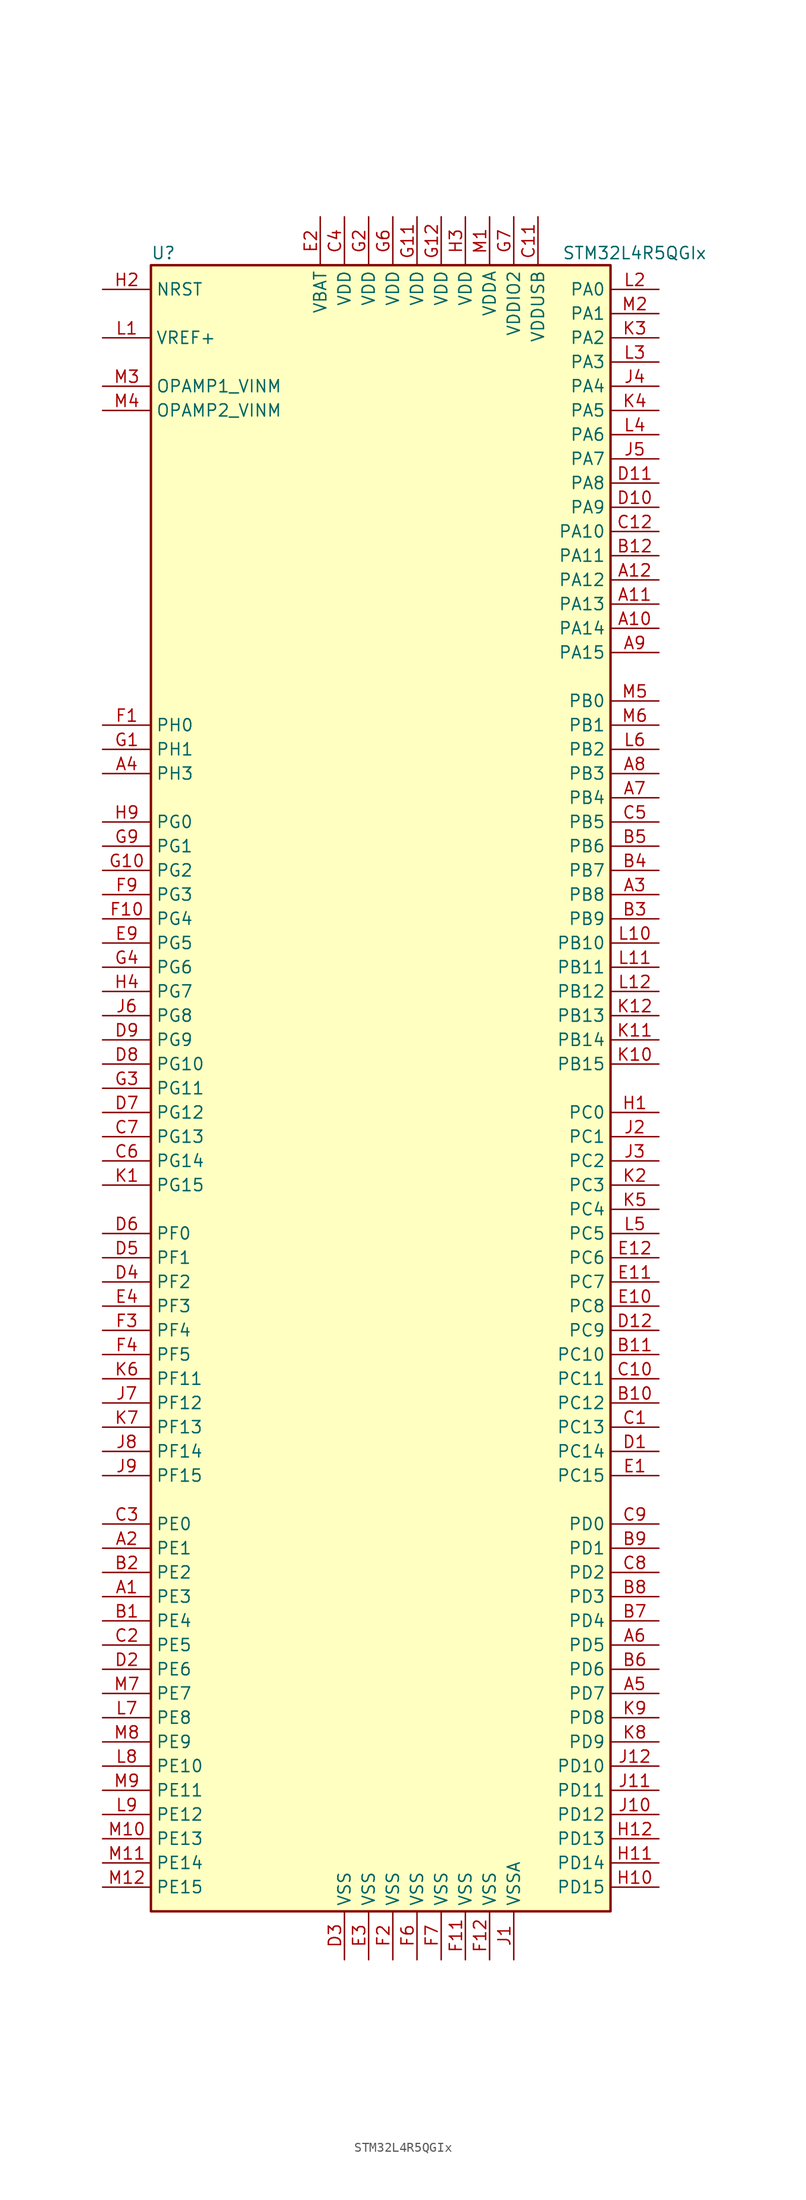
<source format=kicad_sym>
(kicad_symbol_lib
  (version 20201005)
  (generator kicad_symbol_editor)
  (symbol "STM32L4R5QGIx"
    (property "Reference" "U"
      (at -25.4 87.63 0)
      (effects (font (size 1.27 1.27)) (justify left)))
    (property "Value" "STM32L4R5QGIx"
      (at 17.78 87.63 0)
      (effects (font (size 1.27 1.27)) (justify left)))
    (symbol "STM32L4R5QGIx_0_1"
      (rectangle (start -25.4 -86.36) (end 22.86 86.36) (stroke (width 0.254)) (fill (type background))))
    (symbol "STM32L4R5QGIx_1_1"
      (pin bidirectional line (at -30.48 -53.34 0) (length 5.08) (name "PE3" (effects (font (size 1.27 1.27)))) (number "A1" (effects (font (size 1.27 1.27)))))
      (pin bidirectional line (at 27.94 48.26 180) (length 5.08) (name "PA14" (effects (font (size 1.27 1.27)))) (number "A10" (effects (font (size 1.27 1.27)))))
      (pin bidirectional line (at 27.94 50.8 180) (length 5.08) (name "PA13" (effects (font (size 1.27 1.27)))) (number "A11" (effects (font (size 1.27 1.27)))))
      (pin bidirectional line (at 27.94 53.34 180) (length 5.08) (name "PA12" (effects (font (size 1.27 1.27)))) (number "A12" (effects (font (size 1.27 1.27)))))
      (pin bidirectional line (at -30.48 -48.26 0) (length 5.08) (name "PE1" (effects (font (size 1.27 1.27)))) (number "A2" (effects (font (size 1.27 1.27)))))
      (pin bidirectional line (at 27.94 20.32 180) (length 5.08) (name "PB8" (effects (font (size 1.27 1.27)))) (number "A3" (effects (font (size 1.27 1.27)))))
      (pin bidirectional line (at -30.48 33.02 0) (length 5.08) (name "PH3" (effects (font (size 1.27 1.27)))) (number "A4" (effects (font (size 1.27 1.27)))))
      (pin bidirectional line (at 27.94 -63.5 180) (length 5.08) (name "PD7" (effects (font (size 1.27 1.27)))) (number "A5" (effects (font (size 1.27 1.27)))))
      (pin bidirectional line (at 27.94 -58.42 180) (length 5.08) (name "PD5" (effects (font (size 1.27 1.27)))) (number "A6" (effects (font (size 1.27 1.27)))))
      (pin bidirectional line (at 27.94 30.48 180) (length 5.08) (name "PB4" (effects (font (size 1.27 1.27)))) (number "A7" (effects (font (size 1.27 1.27)))))
      (pin bidirectional line (at 27.94 33.02 180) (length 5.08) (name "PB3" (effects (font (size 1.27 1.27)))) (number "A8" (effects (font (size 1.27 1.27)))))
      (pin bidirectional line (at 27.94 45.72 180) (length 5.08) (name "PA15" (effects (font (size 1.27 1.27)))) (number "A9" (effects (font (size 1.27 1.27)))))
      (pin bidirectional line (at -30.48 -55.88 0) (length 5.08) (name "PE4" (effects (font (size 1.27 1.27)))) (number "B1" (effects (font (size 1.27 1.27)))))
      (pin bidirectional line (at 27.94 -33.02 180) (length 5.08) (name "PC12" (effects (font (size 1.27 1.27)))) (number "B10" (effects (font (size 1.27 1.27)))))
      (pin bidirectional line (at 27.94 -27.94 180) (length 5.08) (name "PC10" (effects (font (size 1.27 1.27)))) (number "B11" (effects (font (size 1.27 1.27)))))
      (pin bidirectional line (at 27.94 55.88 180) (length 5.08) (name "PA11" (effects (font (size 1.27 1.27)))) (number "B12" (effects (font (size 1.27 1.27)))))
      (pin bidirectional line (at -30.48 -50.8 0) (length 5.08) (name "PE2" (effects (font (size 1.27 1.27)))) (number "B2" (effects (font (size 1.27 1.27)))))
      (pin bidirectional line (at 27.94 17.78 180) (length 5.08) (name "PB9" (effects (font (size 1.27 1.27)))) (number "B3" (effects (font (size 1.27 1.27)))))
      (pin bidirectional line (at 27.94 22.86 180) (length 5.08) (name "PB7" (effects (font (size 1.27 1.27)))) (number "B4" (effects (font (size 1.27 1.27)))))
      (pin bidirectional line (at 27.94 25.4 180) (length 5.08) (name "PB6" (effects (font (size 1.27 1.27)))) (number "B5" (effects (font (size 1.27 1.27)))))
      (pin bidirectional line (at 27.94 -60.96 180) (length 5.08) (name "PD6" (effects (font (size 1.27 1.27)))) (number "B6" (effects (font (size 1.27 1.27)))))
      (pin bidirectional line (at 27.94 -55.88 180) (length 5.08) (name "PD4" (effects (font (size 1.27 1.27)))) (number "B7" (effects (font (size 1.27 1.27)))))
      (pin bidirectional line (at 27.94 -53.34 180) (length 5.08) (name "PD3" (effects (font (size 1.27 1.27)))) (number "B8" (effects (font (size 1.27 1.27)))))
      (pin bidirectional line (at 27.94 -48.26 180) (length 5.08) (name "PD1" (effects (font (size 1.27 1.27)))) (number "B9" (effects (font (size 1.27 1.27)))))
      (pin bidirectional line (at 27.94 -35.56 180) (length 5.08) (name "PC13" (effects (font (size 1.27 1.27)))) (number "C1" (effects (font (size 1.27 1.27)))))
      (pin bidirectional line (at 27.94 -30.48 180) (length 5.08) (name "PC11" (effects (font (size 1.27 1.27)))) (number "C10" (effects (font (size 1.27 1.27)))))
      (pin power_in line (at 15.24 91.44 270) (length 5.08) (name "VDDUSB" (effects (font (size 1.27 1.27)))) (number "C11" (effects (font (size 1.27 1.27)))))
      (pin bidirectional line (at 27.94 58.42 180) (length 5.08) (name "PA10" (effects (font (size 1.27 1.27)))) (number "C12" (effects (font (size 1.27 1.27)))))
      (pin bidirectional line (at -30.48 -58.42 0) (length 5.08) (name "PE5" (effects (font (size 1.27 1.27)))) (number "C2" (effects (font (size 1.27 1.27)))))
      (pin bidirectional line (at -30.48 -45.72 0) (length 5.08) (name "PE0" (effects (font (size 1.27 1.27)))) (number "C3" (effects (font (size 1.27 1.27)))))
      (pin power_in line (at -5.08 91.44 270) (length 5.08) (name "VDD" (effects (font (size 1.27 1.27)))) (number "C4" (effects (font (size 1.27 1.27)))))
      (pin bidirectional line (at 27.94 27.94 180) (length 5.08) (name "PB5" (effects (font (size 1.27 1.27)))) (number "C5" (effects (font (size 1.27 1.27)))))
      (pin bidirectional line (at -30.48 -7.62 0) (length 5.08) (name "PG14" (effects (font (size 1.27 1.27)))) (number "C6" (effects (font (size 1.27 1.27)))))
      (pin bidirectional line (at -30.48 -5.08 0) (length 5.08) (name "PG13" (effects (font (size 1.27 1.27)))) (number "C7" (effects (font (size 1.27 1.27)))))
      (pin bidirectional line (at 27.94 -50.8 180) (length 5.08) (name "PD2" (effects (font (size 1.27 1.27)))) (number "C8" (effects (font (size 1.27 1.27)))))
      (pin bidirectional line (at 27.94 -45.72 180) (length 5.08) (name "PD0" (effects (font (size 1.27 1.27)))) (number "C9" (effects (font (size 1.27 1.27)))))
      (pin bidirectional line (at 27.94 -38.1 180) (length 5.08) (name "PC14" (effects (font (size 1.27 1.27)))) (number "D1" (effects (font (size 1.27 1.27)))))
      (pin bidirectional line (at 27.94 60.96 180) (length 5.08) (name "PA9" (effects (font (size 1.27 1.27)))) (number "D10" (effects (font (size 1.27 1.27)))))
      (pin bidirectional line (at 27.94 63.5 180) (length 5.08) (name "PA8" (effects (font (size 1.27 1.27)))) (number "D11" (effects (font (size 1.27 1.27)))))
      (pin bidirectional line (at 27.94 -25.4 180) (length 5.08) (name "PC9" (effects (font (size 1.27 1.27)))) (number "D12" (effects (font (size 1.27 1.27)))))
      (pin bidirectional line (at -30.48 -60.96 0) (length 5.08) (name "PE6" (effects (font (size 1.27 1.27)))) (number "D2" (effects (font (size 1.27 1.27)))))
      (pin power_in line (at -5.08 -91.44 90) (length 5.08) (name "VSS" (effects (font (size 1.27 1.27)))) (number "D3" (effects (font (size 1.27 1.27)))))
      (pin bidirectional line (at -30.48 -20.32 0) (length 5.08) (name "PF2" (effects (font (size 1.27 1.27)))) (number "D4" (effects (font (size 1.27 1.27)))))
      (pin bidirectional line (at -30.48 -17.78 0) (length 5.08) (name "PF1" (effects (font (size 1.27 1.27)))) (number "D5" (effects (font (size 1.27 1.27)))))
      (pin bidirectional line (at -30.48 -15.24 0) (length 5.08) (name "PF0" (effects (font (size 1.27 1.27)))) (number "D6" (effects (font (size 1.27 1.27)))))
      (pin bidirectional line (at -30.48 -2.54 0) (length 5.08) (name "PG12" (effects (font (size 1.27 1.27)))) (number "D7" (effects (font (size 1.27 1.27)))))
      (pin bidirectional line (at -30.48 2.54 0) (length 5.08) (name "PG10" (effects (font (size 1.27 1.27)))) (number "D8" (effects (font (size 1.27 1.27)))))
      (pin bidirectional line (at -30.48 5.08 0) (length 5.08) (name "PG9" (effects (font (size 1.27 1.27)))) (number "D9" (effects (font (size 1.27 1.27)))))
      (pin bidirectional line (at 27.94 -40.64 180) (length 5.08) (name "PC15" (effects (font (size 1.27 1.27)))) (number "E1" (effects (font (size 1.27 1.27)))))
      (pin bidirectional line (at 27.94 -22.86 180) (length 5.08) (name "PC8" (effects (font (size 1.27 1.27)))) (number "E10" (effects (font (size 1.27 1.27)))))
      (pin bidirectional line (at 27.94 -20.32 180) (length 5.08) (name "PC7" (effects (font (size 1.27 1.27)))) (number "E11" (effects (font (size 1.27 1.27)))))
      (pin bidirectional line (at 27.94 -17.78 180) (length 5.08) (name "PC6" (effects (font (size 1.27 1.27)))) (number "E12" (effects (font (size 1.27 1.27)))))
      (pin power_in line (at -7.62 91.44 270) (length 5.08) (name "VBAT" (effects (font (size 1.27 1.27)))) (number "E2" (effects (font (size 1.27 1.27)))))
      (pin power_in line (at -2.54 -91.44 90) (length 5.08) (name "VSS" (effects (font (size 1.27 1.27)))) (number "E3" (effects (font (size 1.27 1.27)))))
      (pin bidirectional line (at -30.48 -22.86 0) (length 5.08) (name "PF3" (effects (font (size 1.27 1.27)))) (number "E4" (effects (font (size 1.27 1.27)))))
      (pin bidirectional line (at -30.48 15.24 0) (length 5.08) (name "PG5" (effects (font (size 1.27 1.27)))) (number "E9" (effects (font (size 1.27 1.27)))))
      (pin input line (at -30.48 38.1 0) (length 5.08) (name "PH0" (effects (font (size 1.27 1.27)))) (number "F1" (effects (font (size 1.27 1.27)))))
      (pin bidirectional line (at -30.48 17.78 0) (length 5.08) (name "PG4" (effects (font (size 1.27 1.27)))) (number "F10" (effects (font (size 1.27 1.27)))))
      (pin power_in line (at 7.62 -91.44 90) (length 5.08) (name "VSS" (effects (font (size 1.27 1.27)))) (number "F11" (effects (font (size 1.27 1.27)))))
      (pin power_in line (at 10.16 -91.44 90) (length 5.08) (name "VSS" (effects (font (size 1.27 1.27)))) (number "F12" (effects (font (size 1.27 1.27)))))
      (pin power_in line (at 0 -91.44 90) (length 5.08) (name "VSS" (effects (font (size 1.27 1.27)))) (number "F2" (effects (font (size 1.27 1.27)))))
      (pin bidirectional line (at -30.48 -25.4 0) (length 5.08) (name "PF4" (effects (font (size 1.27 1.27)))) (number "F3" (effects (font (size 1.27 1.27)))))
      (pin bidirectional line (at -30.48 -27.94 0) (length 5.08) (name "PF5" (effects (font (size 1.27 1.27)))) (number "F4" (effects (font (size 1.27 1.27)))))
      (pin power_in line (at 2.54 -91.44 90) (length 5.08) (name "VSS" (effects (font (size 1.27 1.27)))) (number "F6" (effects (font (size 1.27 1.27)))))
      (pin power_in line (at 5.08 -91.44 90) (length 5.08) (name "VSS" (effects (font (size 1.27 1.27)))) (number "F7" (effects (font (size 1.27 1.27)))))
      (pin bidirectional line (at -30.48 20.32 0) (length 5.08) (name "PG3" (effects (font (size 1.27 1.27)))) (number "F9" (effects (font (size 1.27 1.27)))))
      (pin input line (at -30.48 35.56 0) (length 5.08) (name "PH1" (effects (font (size 1.27 1.27)))) (number "G1" (effects (font (size 1.27 1.27)))))
      (pin bidirectional line (at -30.48 22.86 0) (length 5.08) (name "PG2" (effects (font (size 1.27 1.27)))) (number "G10" (effects (font (size 1.27 1.27)))))
      (pin power_in line (at 2.54 91.44 270) (length 5.08) (name "VDD" (effects (font (size 1.27 1.27)))) (number "G11" (effects (font (size 1.27 1.27)))))
      (pin power_in line (at 5.08 91.44 270) (length 5.08) (name "VDD" (effects (font (size 1.27 1.27)))) (number "G12" (effects (font (size 1.27 1.27)))))
      (pin power_in line (at -2.54 91.44 270) (length 5.08) (name "VDD" (effects (font (size 1.27 1.27)))) (number "G2" (effects (font (size 1.27 1.27)))))
      (pin bidirectional line (at -30.48 0 0) (length 5.08) (name "PG11" (effects (font (size 1.27 1.27)))) (number "G3" (effects (font (size 1.27 1.27)))))
      (pin bidirectional line (at -30.48 12.7 0) (length 5.08) (name "PG6" (effects (font (size 1.27 1.27)))) (number "G4" (effects (font (size 1.27 1.27)))))
      (pin power_in line (at 0 91.44 270) (length 5.08) (name "VDD" (effects (font (size 1.27 1.27)))) (number "G6" (effects (font (size 1.27 1.27)))))
      (pin power_in line (at 12.7 91.44 270) (length 5.08) (name "VDDIO2" (effects (font (size 1.27 1.27)))) (number "G7" (effects (font (size 1.27 1.27)))))
      (pin bidirectional line (at -30.48 25.4 0) (length 5.08) (name "PG1" (effects (font (size 1.27 1.27)))) (number "G9" (effects (font (size 1.27 1.27)))))
      (pin bidirectional line (at 27.94 -2.54 180) (length 5.08) (name "PC0" (effects (font (size 1.27 1.27)))) (number "H1" (effects (font (size 1.27 1.27)))))
      (pin bidirectional line (at 27.94 -83.82 180) (length 5.08) (name "PD15" (effects (font (size 1.27 1.27)))) (number "H10" (effects (font (size 1.27 1.27)))))
      (pin bidirectional line (at 27.94 -81.28 180) (length 5.08) (name "PD14" (effects (font (size 1.27 1.27)))) (number "H11" (effects (font (size 1.27 1.27)))))
      (pin bidirectional line (at 27.94 -78.74 180) (length 5.08) (name "PD13" (effects (font (size 1.27 1.27)))) (number "H12" (effects (font (size 1.27 1.27)))))
      (pin input line (at -30.48 83.82 0) (length 5.08) (name "NRST" (effects (font (size 1.27 1.27)))) (number "H2" (effects (font (size 1.27 1.27)))))
      (pin power_in line (at 7.62 91.44 270) (length 5.08) (name "VDD" (effects (font (size 1.27 1.27)))) (number "H3" (effects (font (size 1.27 1.27)))))
      (pin bidirectional line (at -30.48 10.16 0) (length 5.08) (name "PG7" (effects (font (size 1.27 1.27)))) (number "H4" (effects (font (size 1.27 1.27)))))
      (pin bidirectional line (at -30.48 27.94 0) (length 5.08) (name "PG0" (effects (font (size 1.27 1.27)))) (number "H9" (effects (font (size 1.27 1.27)))))
      (pin power_in line (at 12.7 -91.44 90) (length 5.08) (name "VSSA" (effects (font (size 1.27 1.27)))) (number "J1" (effects (font (size 1.27 1.27)))))
      (pin bidirectional line (at 27.94 -76.2 180) (length 5.08) (name "PD12" (effects (font (size 1.27 1.27)))) (number "J10" (effects (font (size 1.27 1.27)))))
      (pin bidirectional line (at 27.94 -73.66 180) (length 5.08) (name "PD11" (effects (font (size 1.27 1.27)))) (number "J11" (effects (font (size 1.27 1.27)))))
      (pin bidirectional line (at 27.94 -71.12 180) (length 5.08) (name "PD10" (effects (font (size 1.27 1.27)))) (number "J12" (effects (font (size 1.27 1.27)))))
      (pin bidirectional line (at 27.94 -5.08 180) (length 5.08) (name "PC1" (effects (font (size 1.27 1.27)))) (number "J2" (effects (font (size 1.27 1.27)))))
      (pin bidirectional line (at 27.94 -7.62 180) (length 5.08) (name "PC2" (effects (font (size 1.27 1.27)))) (number "J3" (effects (font (size 1.27 1.27)))))
      (pin bidirectional line (at 27.94 73.66 180) (length 5.08) (name "PA4" (effects (font (size 1.27 1.27)))) (number "J4" (effects (font (size 1.27 1.27)))))
      (pin bidirectional line (at 27.94 66.04 180) (length 5.08) (name "PA7" (effects (font (size 1.27 1.27)))) (number "J5" (effects (font (size 1.27 1.27)))))
      (pin bidirectional line (at -30.48 7.62 0) (length 5.08) (name "PG8" (effects (font (size 1.27 1.27)))) (number "J6" (effects (font (size 1.27 1.27)))))
      (pin bidirectional line (at -30.48 -33.02 0) (length 5.08) (name "PF12" (effects (font (size 1.27 1.27)))) (number "J7" (effects (font (size 1.27 1.27)))))
      (pin bidirectional line (at -30.48 -38.1 0) (length 5.08) (name "PF14" (effects (font (size 1.27 1.27)))) (number "J8" (effects (font (size 1.27 1.27)))))
      (pin bidirectional line (at -30.48 -40.64 0) (length 5.08) (name "PF15" (effects (font (size 1.27 1.27)))) (number "J9" (effects (font (size 1.27 1.27)))))
      (pin bidirectional line (at -30.48 -10.16 0) (length 5.08) (name "PG15" (effects (font (size 1.27 1.27)))) (number "K1" (effects (font (size 1.27 1.27)))))
      (pin bidirectional line (at 27.94 2.54 180) (length 5.08) (name "PB15" (effects (font (size 1.27 1.27)))) (number "K10" (effects (font (size 1.27 1.27)))))
      (pin bidirectional line (at 27.94 5.08 180) (length 5.08) (name "PB14" (effects (font (size 1.27 1.27)))) (number "K11" (effects (font (size 1.27 1.27)))))
      (pin bidirectional line (at 27.94 7.62 180) (length 5.08) (name "PB13" (effects (font (size 1.27 1.27)))) (number "K12" (effects (font (size 1.27 1.27)))))
      (pin bidirectional line (at 27.94 -10.16 180) (length 5.08) (name "PC3" (effects (font (size 1.27 1.27)))) (number "K2" (effects (font (size 1.27 1.27)))))
      (pin bidirectional line (at 27.94 78.74 180) (length 5.08) (name "PA2" (effects (font (size 1.27 1.27)))) (number "K3" (effects (font (size 1.27 1.27)))))
      (pin bidirectional line (at 27.94 71.12 180) (length 5.08) (name "PA5" (effects (font (size 1.27 1.27)))) (number "K4" (effects (font (size 1.27 1.27)))))
      (pin bidirectional line (at 27.94 -12.7 180) (length 5.08) (name "PC4" (effects (font (size 1.27 1.27)))) (number "K5" (effects (font (size 1.27 1.27)))))
      (pin bidirectional line (at -30.48 -30.48 0) (length 5.08) (name "PF11" (effects (font (size 1.27 1.27)))) (number "K6" (effects (font (size 1.27 1.27)))))
      (pin bidirectional line (at -30.48 -35.56 0) (length 5.08) (name "PF13" (effects (font (size 1.27 1.27)))) (number "K7" (effects (font (size 1.27 1.27)))))
      (pin bidirectional line (at 27.94 -68.58 180) (length 5.08) (name "PD9" (effects (font (size 1.27 1.27)))) (number "K8" (effects (font (size 1.27 1.27)))))
      (pin bidirectional line (at 27.94 -66.04 180) (length 5.08) (name "PD8" (effects (font (size 1.27 1.27)))) (number "K9" (effects (font (size 1.27 1.27)))))
      (pin bidirectional line (at -30.48 78.74 0) (length 5.08) (name "VREF+" (effects (font (size 1.27 1.27)))) (number "L1" (effects (font (size 1.27 1.27)))))
      (pin bidirectional line (at 27.94 15.24 180) (length 5.08) (name "PB10" (effects (font (size 1.27 1.27)))) (number "L10" (effects (font (size 1.27 1.27)))))
      (pin bidirectional line (at 27.94 12.7 180) (length 5.08) (name "PB11" (effects (font (size 1.27 1.27)))) (number "L11" (effects (font (size 1.27 1.27)))))
      (pin bidirectional line (at 27.94 10.16 180) (length 5.08) (name "PB12" (effects (font (size 1.27 1.27)))) (number "L12" (effects (font (size 1.27 1.27)))))
      (pin bidirectional line (at 27.94 83.82 180) (length 5.08) (name "PA0" (effects (font (size 1.27 1.27)))) (number "L2" (effects (font (size 1.27 1.27)))))
      (pin bidirectional line (at 27.94 76.2 180) (length 5.08) (name "PA3" (effects (font (size 1.27 1.27)))) (number "L3" (effects (font (size 1.27 1.27)))))
      (pin bidirectional line (at 27.94 68.58 180) (length 5.08) (name "PA6" (effects (font (size 1.27 1.27)))) (number "L4" (effects (font (size 1.27 1.27)))))
      (pin bidirectional line (at 27.94 -15.24 180) (length 5.08) (name "PC5" (effects (font (size 1.27 1.27)))) (number "L5" (effects (font (size 1.27 1.27)))))
      (pin bidirectional line (at 27.94 35.56 180) (length 5.08) (name "PB2" (effects (font (size 1.27 1.27)))) (number "L6" (effects (font (size 1.27 1.27)))))
      (pin bidirectional line (at -30.48 -66.04 0) (length 5.08) (name "PE8" (effects (font (size 1.27 1.27)))) (number "L7" (effects (font (size 1.27 1.27)))))
      (pin bidirectional line (at -30.48 -71.12 0) (length 5.08) (name "PE10" (effects (font (size 1.27 1.27)))) (number "L8" (effects (font (size 1.27 1.27)))))
      (pin bidirectional line (at -30.48 -76.2 0) (length 5.08) (name "PE12" (effects (font (size 1.27 1.27)))) (number "L9" (effects (font (size 1.27 1.27)))))
      (pin power_in line (at 10.16 91.44 270) (length 5.08) (name "VDDA" (effects (font (size 1.27 1.27)))) (number "M1" (effects (font (size 1.27 1.27)))))
      (pin bidirectional line (at -30.48 -78.74 0) (length 5.08) (name "PE13" (effects (font (size 1.27 1.27)))) (number "M10" (effects (font (size 1.27 1.27)))))
      (pin bidirectional line (at -30.48 -81.28 0) (length 5.08) (name "PE14" (effects (font (size 1.27 1.27)))) (number "M11" (effects (font (size 1.27 1.27)))))
      (pin bidirectional line (at -30.48 -83.82 0) (length 5.08) (name "PE15" (effects (font (size 1.27 1.27)))) (number "M12" (effects (font (size 1.27 1.27)))))
      (pin bidirectional line (at 27.94 81.28 180) (length 5.08) (name "PA1" (effects (font (size 1.27 1.27)))) (number "M2" (effects (font (size 1.27 1.27)))))
      (pin bidirectional line (at -30.48 73.66 0) (length 5.08) (name "OPAMP1_VINM" (effects (font (size 1.27 1.27)))) (number "M3" (effects (font (size 1.27 1.27)))))
      (pin bidirectional line (at -30.48 71.12 0) (length 5.08) (name "OPAMP2_VINM" (effects (font (size 1.27 1.27)))) (number "M4" (effects (font (size 1.27 1.27)))))
      (pin bidirectional line (at 27.94 40.64 180) (length 5.08) (name "PB0" (effects (font (size 1.27 1.27)))) (number "M5" (effects (font (size 1.27 1.27)))))
      (pin bidirectional line (at 27.94 38.1 180) (length 5.08) (name "PB1" (effects (font (size 1.27 1.27)))) (number "M6" (effects (font (size 1.27 1.27)))))
      (pin bidirectional line (at -30.48 -63.5 0) (length 5.08) (name "PE7" (effects (font (size 1.27 1.27)))) (number "M7" (effects (font (size 1.27 1.27)))))
      (pin bidirectional line (at -30.48 -68.58 0) (length 5.08) (name "PE9" (effects (font (size 1.27 1.27)))) (number "M8" (effects (font (size 1.27 1.27)))))
      (pin bidirectional line (at -30.48 -73.66 0) (length 5.08) (name "PE11" (effects (font (size 1.27 1.27)))) (number "M9" (effects (font (size 1.27 1.27))))))))
</source>
